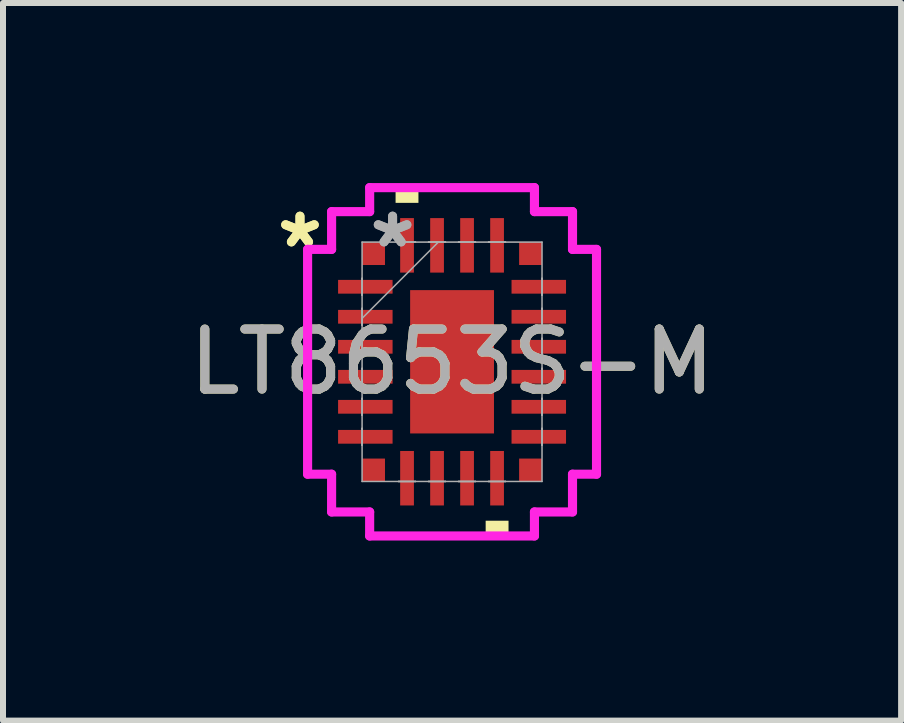
<source format=kicad_pcb>
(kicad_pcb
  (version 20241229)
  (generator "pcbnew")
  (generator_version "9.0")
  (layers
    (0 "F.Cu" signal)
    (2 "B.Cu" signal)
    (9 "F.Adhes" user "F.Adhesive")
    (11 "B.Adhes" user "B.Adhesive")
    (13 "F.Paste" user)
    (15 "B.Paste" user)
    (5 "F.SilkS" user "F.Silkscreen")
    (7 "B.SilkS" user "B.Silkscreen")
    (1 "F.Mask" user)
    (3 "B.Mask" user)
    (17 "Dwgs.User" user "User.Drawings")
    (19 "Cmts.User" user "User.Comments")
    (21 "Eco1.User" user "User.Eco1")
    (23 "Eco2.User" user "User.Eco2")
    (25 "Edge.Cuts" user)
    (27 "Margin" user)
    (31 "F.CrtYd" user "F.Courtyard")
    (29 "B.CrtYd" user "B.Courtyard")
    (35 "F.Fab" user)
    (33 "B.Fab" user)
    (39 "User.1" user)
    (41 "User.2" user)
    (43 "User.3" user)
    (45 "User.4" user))
  (footprint "LT8653S-M"
    (layer "F.Cu")
    (at 4.482 2.978)
    (property "Reference" "LT8653S-M" (at 0 0 0) (unlocked yes) (layer "F.SilkS") (effects (font (size 1 1) (thickness 0.15))))
    (attr smd)
    (fp_poly (pts (xy -0.941 -2.648) (xy -0.941 -2.902) (xy -0.56 -2.902) (xy -0.56 -2.648)) (stroke (width 0) (type solid)) (fill yes) (layer "F.SilkS"))
    (fp_poly (pts (xy 0.56 2.648) (xy 0.56 2.902) (xy 0.941 2.902) (xy 0.941 2.648)) (stroke (width 0) (type solid)) (fill yes) (layer "F.SilkS"))
    (fp_line (start -2.407 -1.873) (end -2.007 -1.873) (stroke (width 0.152) (type solid)) (layer "F.CrtYd"))
    (fp_line (start -2.407 1.873) (end -2.407 -1.873) (stroke (width 0.152) (type solid)) (layer "F.CrtYd"))
    (fp_line (start -2.407 1.873) (end -2.007 1.873) (stroke (width 0.152) (type solid)) (layer "F.CrtYd"))
    (fp_line (start -2.007 -2.502) (end -1.373 -2.502) (stroke (width 0.152) (type solid)) (layer "F.CrtYd"))
    (fp_line (start -2.007 -1.873) (end -2.007 -2.502) (stroke (width 0.152) (type solid)) (layer "F.CrtYd"))
    (fp_line (start -2.007 2.502) (end -2.007 1.873) (stroke (width 0.152) (type solid)) (layer "F.CrtYd"))
    (fp_line (start -1.373 -2.902) (end 1.373 -2.902) (stroke (width 0.152) (type solid)) (layer "F.CrtYd"))
    (fp_line (start -1.373 -2.502) (end -1.373 -2.902) (stroke (width 0.152) (type solid)) (layer "F.CrtYd"))
    (fp_line (start -1.373 2.502) (end -2.007 2.502) (stroke (width 0.152) (type solid)) (layer "F.CrtYd"))
    (fp_line (start -1.373 2.902) (end -1.373 2.502) (stroke (width 0.152) (type solid)) (layer "F.CrtYd"))
    (fp_line (start 1.373 -2.902) (end 1.373 -2.502) (stroke (width 0.152) (type solid)) (layer "F.CrtYd"))
    (fp_line (start 1.373 -2.502) (end 2.007 -2.502) (stroke (width 0.152) (type solid)) (layer "F.CrtYd"))
    (fp_line (start 1.373 2.502) (end 1.373 2.902) (stroke (width 0.152) (type solid)) (layer "F.CrtYd"))
    (fp_line (start 1.373 2.902) (end -1.373 2.902) (stroke (width 0.152) (type solid)) (layer "F.CrtYd"))
    (fp_line (start 2.007 -2.502) (end 2.007 -1.873) (stroke (width 0.152) (type solid)) (layer "F.CrtYd"))
    (fp_line (start 2.007 -1.873) (end 2.407 -1.873) (stroke (width 0.152) (type solid)) (layer "F.CrtYd"))
    (fp_line (start 2.007 1.873) (end 2.007 2.502) (stroke (width 0.152) (type solid)) (layer "F.CrtYd"))
    (fp_line (start 2.007 2.502) (end 1.373 2.502) (stroke (width 0.152) (type solid)) (layer "F.CrtYd"))
    (fp_line (start 2.407 -1.873) (end 2.407 1.873) (stroke (width 0.152) (type solid)) (layer "F.CrtYd"))
    (fp_line (start 2.407 1.873) (end 2.007 1.873) (stroke (width 0.152) (type solid)) (layer "F.CrtYd"))
    (fp_line (start -1.499 -1.994) (end -1.499 1.994) (stroke (width 0.025) (type solid)) (layer "F.Fab"))
    (fp_line (start -1.499 -1.39) (end -1.499 -1.39) (stroke (width 0.025) (type solid)) (layer "F.Fab"))
    (fp_line (start -1.499 -1.39) (end -1.499 -1.11) (stroke (width 0.025) (type solid)) (layer "F.Fab"))
    (fp_line (start -1.499 -1.11) (end -1.499 -1.39) (stroke (width 0.025) (type solid)) (layer "F.Fab"))
    (fp_line (start -1.499 -1.11) (end -1.499 -1.11) (stroke (width 0.025) (type solid)) (layer "F.Fab"))
    (fp_line (start -1.499 -0.89) (end -1.499 -0.89) (stroke (width 0.025) (type solid)) (layer "F.Fab"))
    (fp_line (start -1.499 -0.89) (end -1.499 -0.61) (stroke (width 0.025) (type solid)) (layer "F.Fab"))
    (fp_line (start -1.499 -0.724) (end -0.229 -1.994) (stroke (width 0.025) (type solid)) (layer "F.Fab"))
    (fp_line (start -1.499 -0.61) (end -1.499 -0.89) (stroke (width 0.025) (type solid)) (layer "F.Fab"))
    (fp_line (start -1.499 -0.61) (end -1.499 -0.61) (stroke (width 0.025) (type solid)) (layer "F.Fab"))
    (fp_line (start -1.499 -0.39) (end -1.499 -0.39) (stroke (width 0.025) (type solid)) (layer "F.Fab"))
    (fp_line (start -1.499 -0.39) (end -1.499 -0.11) (stroke (width 0.025) (type solid)) (layer "F.Fab"))
    (fp_line (start -1.499 -0.11) (end -1.499 -0.39) (stroke (width 0.025) (type solid)) (layer "F.Fab"))
    (fp_line (start -1.499 -0.11) (end -1.499 -0.11) (stroke (width 0.025) (type solid)) (layer "F.Fab"))
    (fp_line (start -1.499 0.11) (end -1.499 0.11) (stroke (width 0.025) (type solid)) (layer "F.Fab"))
    (fp_line (start -1.499 0.11) (end -1.499 0.39) (stroke (width 0.025) (type solid)) (layer "F.Fab"))
    (fp_line (start -1.499 0.39) (end -1.499 0.11) (stroke (width 0.025) (type solid)) (layer "F.Fab"))
    (fp_line (start -1.499 0.39) (end -1.499 0.39) (stroke (width 0.025) (type solid)) (layer "F.Fab"))
    (fp_line (start -1.499 0.61) (end -1.499 0.61) (stroke (width 0.025) (type solid)) (layer "F.Fab"))
    (fp_line (start -1.499 0.61) (end -1.499 0.89) (stroke (width 0.025) (type solid)) (layer "F.Fab"))
    (fp_line (start -1.499 0.89) (end -1.499 0.61) (stroke (width 0.025) (type solid)) (layer "F.Fab"))
    (fp_line (start -1.499 0.89) (end -1.499 0.89) (stroke (width 0.025) (type solid)) (layer "F.Fab"))
    (fp_line (start -1.499 1.11) (end -1.499 1.11) (stroke (width 0.025) (type solid)) (layer "F.Fab"))
    (fp_line (start -1.499 1.11) (end -1.499 1.39) (stroke (width 0.025) (type solid)) (layer "F.Fab"))
    (fp_line (start -1.499 1.39) (end -1.499 1.11) (stroke (width 0.025) (type solid)) (layer "F.Fab"))
    (fp_line (start -1.499 1.39) (end -1.499 1.39) (stroke (width 0.025) (type solid)) (layer "F.Fab"))
    (fp_line (start -1.499 1.994) (end 1.499 1.994) (stroke (width 0.025) (type solid)) (layer "F.Fab"))
    (fp_line (start -0.89 -1.994) (end -0.89 -1.994) (stroke (width 0.025) (type solid)) (layer "F.Fab"))
    (fp_line (start -0.89 -1.994) (end -0.61 -1.994) (stroke (width 0.025) (type solid)) (layer "F.Fab"))
    (fp_line (start -0.89 1.994) (end -0.89 1.994) (stroke (width 0.025) (type solid)) (layer "F.Fab"))
    (fp_line (start -0.89 1.994) (end -0.61 1.994) (stroke (width 0.025) (type solid)) (layer "F.Fab"))
    (fp_line (start -0.61 -1.994) (end -0.89 -1.994) (stroke (width 0.025) (type solid)) (layer "F.Fab"))
    (fp_line (start -0.61 -1.994) (end -0.61 -1.994) (stroke (width 0.025) (type solid)) (layer "F.Fab"))
    (fp_line (start -0.61 1.994) (end -0.89 1.994) (stroke (width 0.025) (type solid)) (layer "F.Fab"))
    (fp_line (start -0.61 1.994) (end -0.61 1.994) (stroke (width 0.025) (type solid)) (layer "F.Fab"))
    (fp_line (start -0.39 -1.994) (end -0.39 -1.994) (stroke (width 0.025) (type solid)) (layer "F.Fab"))
    (fp_line (start -0.39 -1.994) (end -0.11 -1.994) (stroke (width 0.025) (type solid)) (layer "F.Fab"))
    (fp_line (start -0.39 1.994) (end -0.39 1.994) (stroke (width 0.025) (type solid)) (layer "F.Fab"))
    (fp_line (start -0.39 1.994) (end -0.11 1.994) (stroke (width 0.025) (type solid)) (layer "F.Fab"))
    (fp_line (start -0.11 -1.994) (end -0.39 -1.994) (stroke (width 0.025) (type solid)) (layer "F.Fab"))
    (fp_line (start -0.11 -1.994) (end -0.11 -1.994) (stroke (width 0.025) (type solid)) (layer "F.Fab"))
    (fp_line (start -0.11 1.994) (end -0.39 1.994) (stroke (width 0.025) (type solid)) (layer "F.Fab"))
    (fp_line (start -0.11 1.994) (end -0.11 1.994) (stroke (width 0.025) (type solid)) (layer "F.Fab"))
    (fp_line (start 0.11 -1.994) (end 0.11 -1.994) (stroke (width 0.025) (type solid)) (layer "F.Fab"))
    (fp_line (start 0.11 -1.994) (end 0.39 -1.994) (stroke (width 0.025) (type solid)) (layer "F.Fab"))
    (fp_line (start 0.11 1.994) (end 0.11 1.994) (stroke (width 0.025) (type solid)) (layer "F.Fab"))
    (fp_line (start 0.11 1.994) (end 0.39 1.994) (stroke (width 0.025) (type solid)) (layer "F.Fab"))
    (fp_line (start 0.39 -1.994) (end 0.11 -1.994) (stroke (width 0.025) (type solid)) (layer "F.Fab"))
    (fp_line (start 0.39 -1.994) (end 0.39 -1.994) (stroke (width 0.025) (type solid)) (layer "F.Fab"))
    (fp_line (start 0.39 1.994) (end 0.11 1.994) (stroke (width 0.025) (type solid)) (layer "F.Fab"))
    (fp_line (start 0.39 1.994) (end 0.39 1.994) (stroke (width 0.025) (type solid)) (layer "F.Fab"))
    (fp_line (start 0.61 -1.994) (end 0.61 -1.994) (stroke (width 0.025) (type solid)) (layer "F.Fab"))
    (fp_line (start 0.61 -1.994) (end 0.89 -1.994) (stroke (width 0.025) (type solid)) (layer "F.Fab"))
    (fp_line (start 0.61 1.994) (end 0.61 1.994) (stroke (width 0.025) (type solid)) (layer "F.Fab"))
    (fp_line (start 0.61 1.994) (end 0.89 1.994) (stroke (width 0.025) (type solid)) (layer "F.Fab"))
    (fp_line (start 0.89 -1.994) (end 0.61 -1.994) (stroke (width 0.025) (type solid)) (layer "F.Fab"))
    (fp_line (start 0.89 -1.994) (end 0.89 -1.994) (stroke (width 0.025) (type solid)) (layer "F.Fab"))
    (fp_line (start 0.89 1.994) (end 0.61 1.994) (stroke (width 0.025) (type solid)) (layer "F.Fab"))
    (fp_line (start 0.89 1.994) (end 0.89 1.994) (stroke (width 0.025) (type solid)) (layer "F.Fab"))
    (fp_line (start 1.499 -1.994) (end -1.499 -1.994) (stroke (width 0.025) (type solid)) (layer "F.Fab"))
    (fp_line (start 1.499 -1.39) (end 1.499 -1.39) (stroke (width 0.025) (type solid)) (layer "F.Fab"))
    (fp_line (start 1.499 -1.39) (end 1.499 -1.11) (stroke (width 0.025) (type solid)) (layer "F.Fab"))
    (fp_line (start 1.499 -1.11) (end 1.499 -1.39) (stroke (width 0.025) (type solid)) (layer "F.Fab"))
    (fp_line (start 1.499 -1.11) (end 1.499 -1.11) (stroke (width 0.025) (type solid)) (layer "F.Fab"))
    (fp_line (start 1.499 -0.89) (end 1.499 -0.89) (stroke (width 0.025) (type solid)) (layer "F.Fab"))
    (fp_line (start 1.499 -0.89) (end 1.499 -0.61) (stroke (width 0.025) (type solid)) (layer "F.Fab"))
    (fp_line (start 1.499 -0.61) (end 1.499 -0.89) (stroke (width 0.025) (type solid)) (layer "F.Fab"))
    (fp_line (start 1.499 -0.61) (end 1.499 -0.61) (stroke (width 0.025) (type solid)) (layer "F.Fab"))
    (fp_line (start 1.499 -0.39) (end 1.499 -0.39) (stroke (width 0.025) (type solid)) (layer "F.Fab"))
    (fp_line (start 1.499 -0.39) (end 1.499 -0.11) (stroke (width 0.025) (type solid)) (layer "F.Fab"))
    (fp_line (start 1.499 -0.11) (end 1.499 -0.39) (stroke (width 0.025) (type solid)) (layer "F.Fab"))
    (fp_line (start 1.499 -0.11) (end 1.499 -0.11) (stroke (width 0.025) (type solid)) (layer "F.Fab"))
    (fp_line (start 1.499 0.11) (end 1.499 0.11) (stroke (width 0.025) (type solid)) (layer "F.Fab"))
    (fp_line (start 1.499 0.11) (end 1.499 0.39) (stroke (width 0.025) (type solid)) (layer "F.Fab"))
    (fp_line (start 1.499 0.39) (end 1.499 0.11) (stroke (width 0.025) (type solid)) (layer "F.Fab"))
    (fp_line (start 1.499 0.39) (end 1.499 0.39) (stroke (width 0.025) (type solid)) (layer "F.Fab"))
    (fp_line (start 1.499 0.61) (end 1.499 0.61) (stroke (width 0.025) (type solid)) (layer "F.Fab"))
    (fp_line (start 1.499 0.61) (end 1.499 0.89) (stroke (width 0.025) (type solid)) (layer "F.Fab"))
    (fp_line (start 1.499 0.89) (end 1.499 0.61) (stroke (width 0.025) (type solid)) (layer "F.Fab"))
    (fp_line (start 1.499 0.89) (end 1.499 0.89) (stroke (width 0.025) (type solid)) (layer "F.Fab"))
    (fp_line (start 1.499 1.11) (end 1.499 1.11) (stroke (width 0.025) (type solid)) (layer "F.Fab"))
    (fp_line (start 1.499 1.11) (end 1.499 1.39) (stroke (width 0.025) (type solid)) (layer "F.Fab"))
    (fp_line (start 1.499 1.39) (end 1.499 1.11) (stroke (width 0.025) (type solid)) (layer "F.Fab"))
    (fp_line (start 1.499 1.39) (end 1.499 1.39) (stroke (width 0.025) (type solid)) (layer "F.Fab"))
    (fp_line (start 1.499 1.994) (end 1.499 -1.994) (stroke (width 0.025) (type solid)) (layer "F.Fab"))
    (fp_text user "*" (at -2.534 -1.881 0) (unlocked yes) (layer "F.SilkS") (effects (font (size 1 1) (thickness 0.15))))
    (fp_text user "*" (at -2.534 -1.881 0) (layer "F.SilkS") (effects (font (size 1 1) (thickness 0.15))))
    (fp_text user "*" (at -0.991 -1.881 0) (layer "F.Fab") (effects (font (size 1 1) (thickness 0.15))))
    (fp_text user "*" (at -0.991 -1.881 0) (unlocked yes) (layer "F.Fab") (effects (font (size 1 1) (thickness 0.15))))
    (fp_text user "${REFERENCE}" (at 0 0 0) (unlocked yes) (layer "F.Fab") (effects (font (size 1 1) (thickness 0.15))))
    (pad "1" smd rect (at -1.445 -1.25 90) (size 0.229 0.908) (layers "F.Cu" "F.Mask" "F.Paste"))
    (pad "2" smd rect (at -1.445 -0.75 90) (size 0.229 0.908) (layers "F.Cu" "F.Mask" "F.Paste"))
    (pad "3" smd rect (at -1.445 -0.25 90) (size 0.229 0.908) (layers "F.Cu" "F.Mask" "F.Paste"))
    (pad "4" smd rect (at -1.445 0.25 90) (size 0.229 0.908) (layers "F.Cu" "F.Mask" "F.Paste"))
    (pad "5" smd rect (at -1.445 0.75 90) (size 0.229 0.908) (layers "F.Cu" "F.Mask" "F.Paste"))
    (pad "6" smd rect (at -1.445 1.25 90) (size 0.229 0.908) (layers "F.Cu" "F.Mask" "F.Paste"))
    (pad "7" smd rect (at -0.75 1.94) (size 0.229 0.908) (layers "F.Cu" "F.Mask" "F.Paste"))
    (pad "8" smd rect (at -0.25 1.94) (size 0.229 0.908) (layers "F.Cu" "F.Mask" "F.Paste"))
    (pad "9" smd rect (at 0.25 1.94) (size 0.229 0.908) (layers "F.Cu" "F.Mask" "F.Paste"))
    (pad "10" smd rect (at 0.75 1.94) (size 0.229 0.908) (layers "F.Cu" "F.Mask" "F.Paste"))
    (pad "11" smd rect (at 1.445 1.25 90) (size 0.229 0.908) (layers "F.Cu" "F.Mask" "F.Paste"))
    (pad "12" smd rect (at 1.445 0.75 90) (size 0.229 0.908) (layers "F.Cu" "F.Mask" "F.Paste"))
    (pad "13" smd rect (at 1.445 0.25 90) (size 0.229 0.908) (layers "F.Cu" "F.Mask" "F.Paste"))
    (pad "14" smd rect (at 1.445 -0.25 90) (size 0.229 0.908) (layers "F.Cu" "F.Mask" "F.Paste"))
    (pad "15" smd rect (at 1.445 -0.75 90) (size 0.229 0.908) (layers "F.Cu" "F.Mask" "F.Paste"))
    (pad "16" smd rect (at 1.445 -1.25 90) (size 0.229 0.908) (layers "F.Cu" "F.Mask" "F.Paste"))
    (pad "17" smd rect (at 0.75 -1.94) (size 0.229 0.908) (layers "F.Cu" "F.Mask" "F.Paste"))
    (pad "18" smd rect (at 0.25 -1.94) (size 0.229 0.908) (layers "F.Cu" "F.Mask" "F.Paste"))
    (pad "19" smd rect (at -0.25 -1.94) (size 0.229 0.908) (layers "F.Cu" "F.Mask" "F.Paste"))
    (pad "20" smd rect (at -0.75 -1.94) (size 0.229 0.908) (layers "F.Cu" "F.Mask" "F.Paste"))
    (pad "21" smd rect (at 0 0) (size 1.397 2.388) (layers "F.Cu" "F.Mask" "F.Paste"))
    (pad "22" smd rect (at -1.308 -1.803) (size 0.381 0.381) (layers "F.Cu" "F.Mask" "F.Paste"))
    (pad "23" smd rect (at -1.308 1.803) (size 0.381 0.381) (layers "F.Cu" "F.Mask" "F.Paste"))
    (pad "24" smd rect (at 1.308 1.803) (size 0.381 0.381) (layers "F.Cu" "F.Mask" "F.Paste"))
    (pad "25" smd rect (at 1.308 -1.803) (size 0.381 0.381) (layers "F.Cu" "F.Mask" "F.Paste")))
  (gr_rect
    (start -3 -3)
    (end 11.964 8.956)
    (stroke (width 0.1) (type default))
    (fill no)
    (layer "Edge.Cuts")))
</source>
